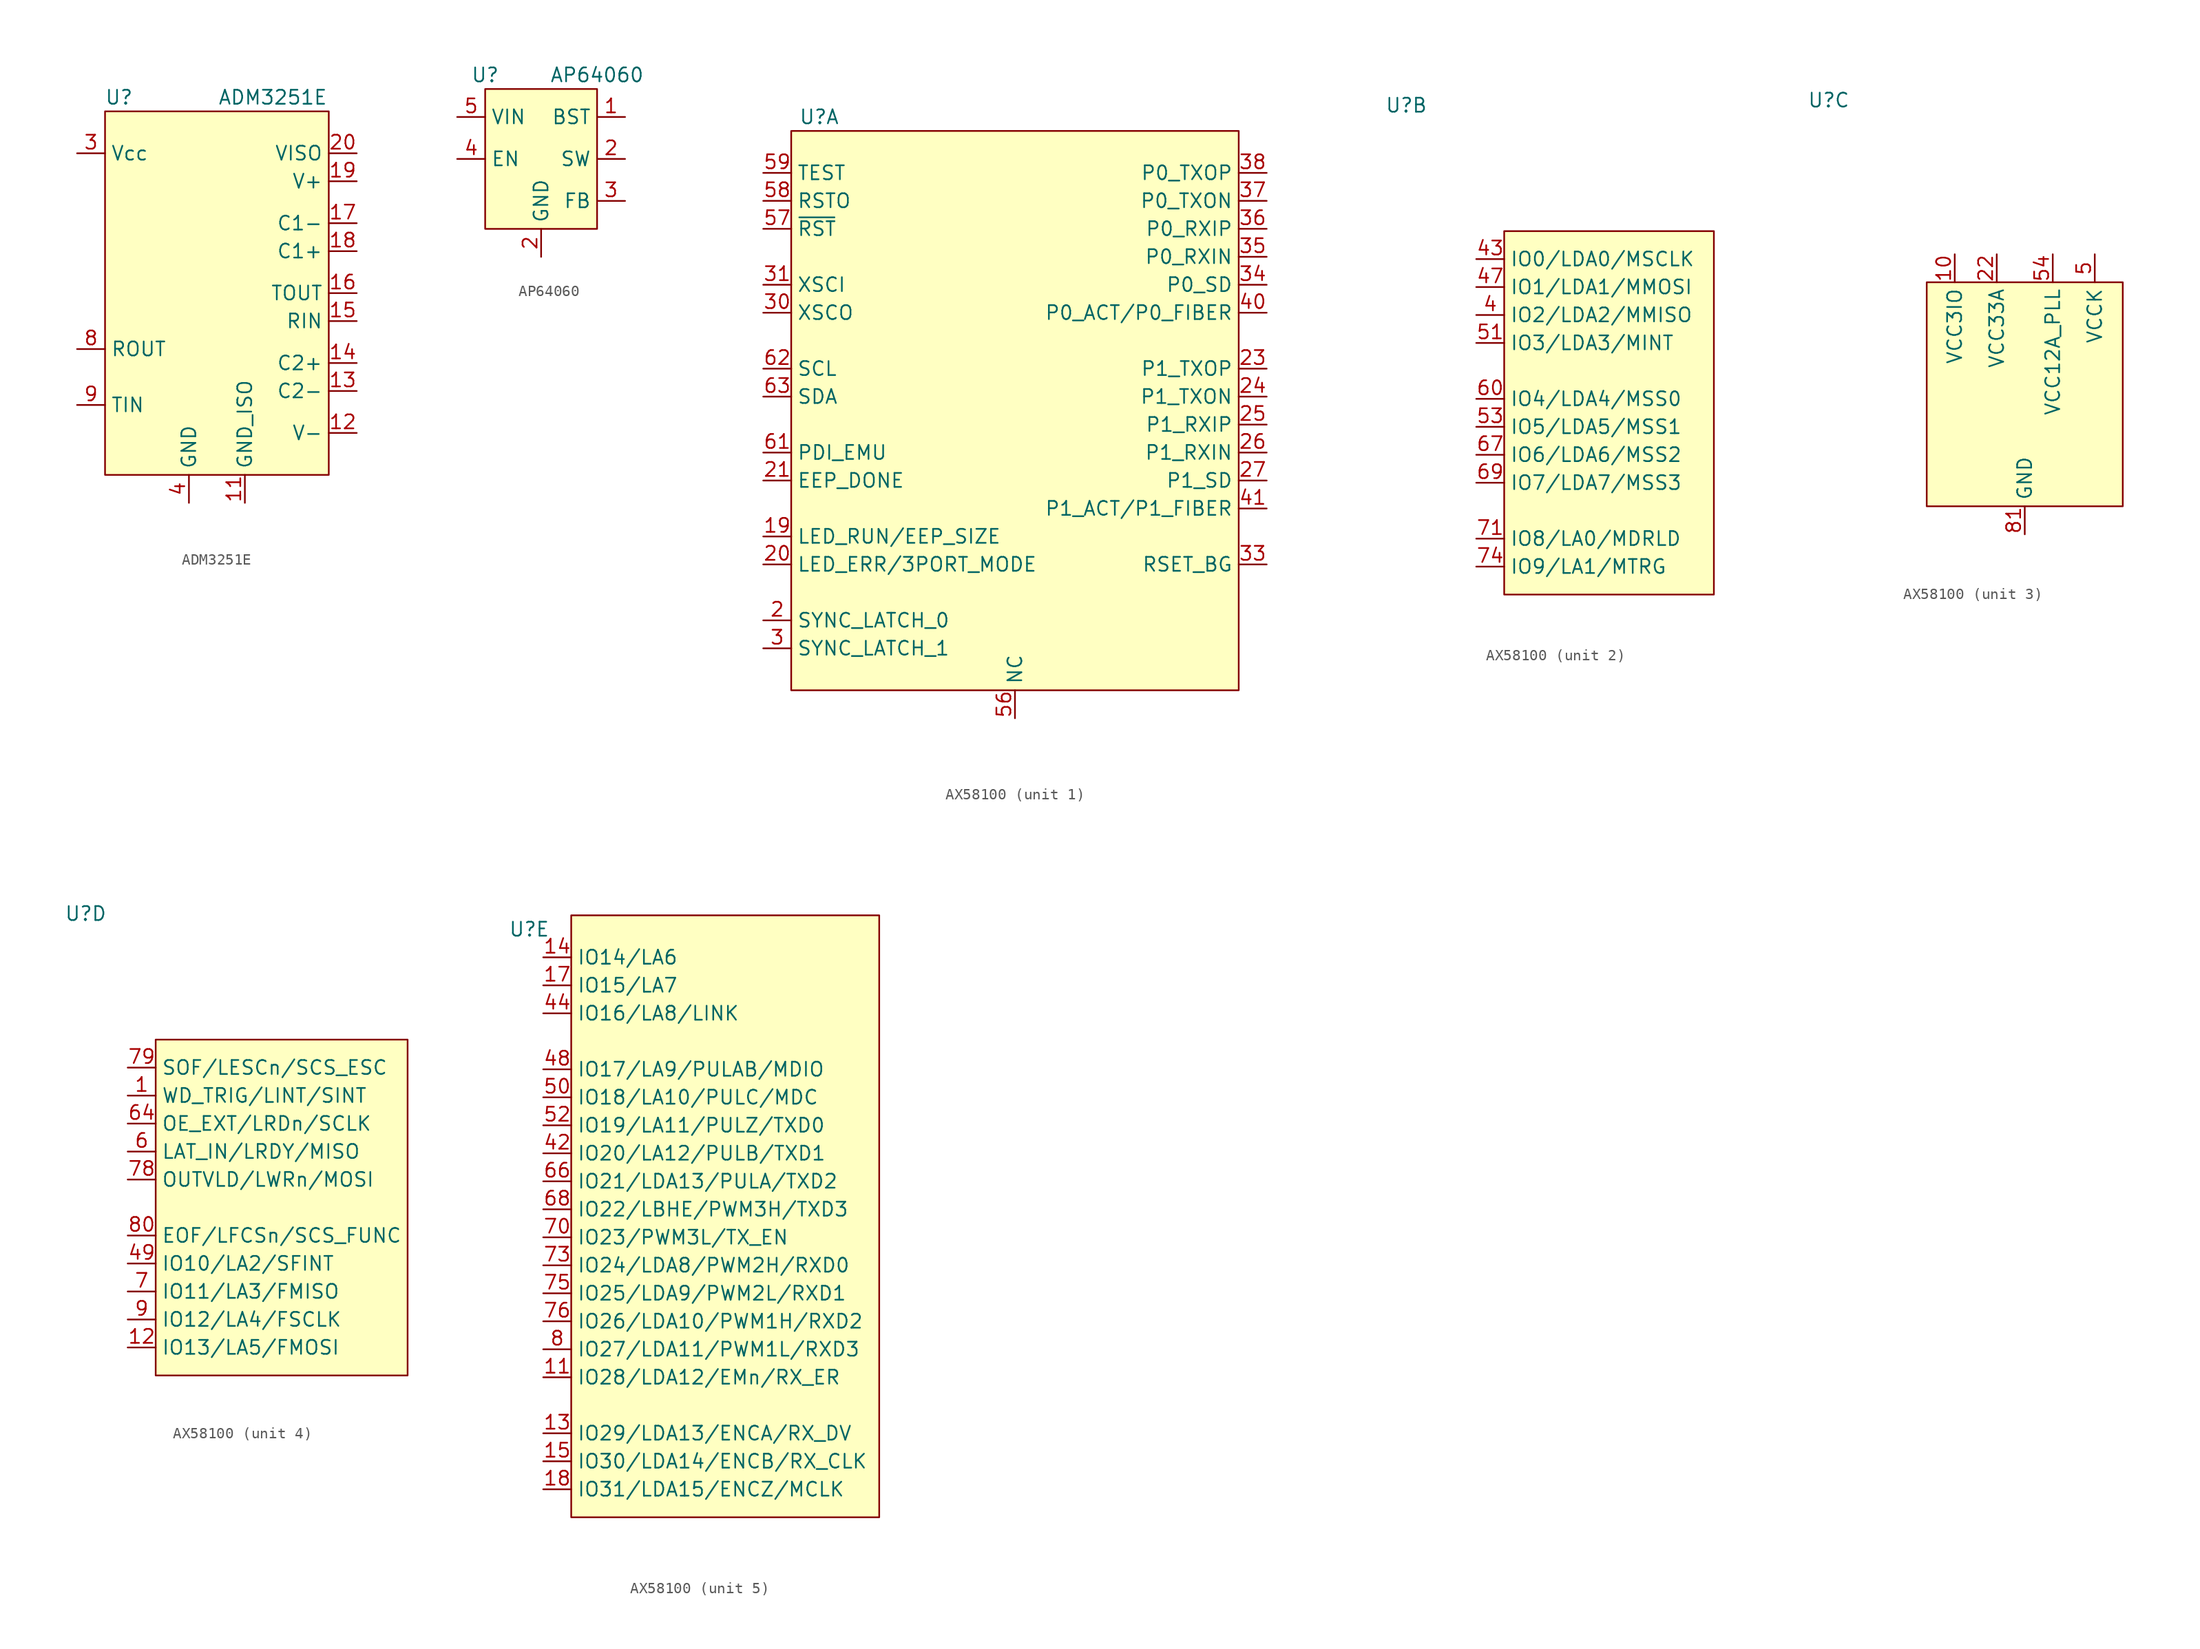
<source format=kicad_sym>
(kicad_symbol_lib
  (version 20220914)
  (generator kicad_symbol_editor)
  (symbol "ADM3251E"
    (property "Reference" "U"
      (at -8.89 19.05 0)
      (effects (font (size 1.27 1.27))))
    (property "Value" "ADM3251E"
      (at 5.08 19.05 0)
      (effects (font (size 1.27 1.27))))
    (symbol "ADM3251E_1_1"
      (rectangle (start -10.16 17.78) (end 10.16 -15.24) (stroke (width 0) (type default)) (fill (type background)))
      (pin no_connect line (at -12.7 -12.7 0) (length 2.54) hide (name "NC" (effects (font (size 1.27 1.27)))) (number "1" (effects (font (size 1.27 1.27)))))
      (pin passive line (at -2.54 -17.78 90) (length 2.54) hide (name "GND" (effects (font (size 1.27 1.27)))) (number "10" (effects (font (size 1.27 1.27)))))
      (pin power_in line (at 2.54 -17.78 90) (length 2.54) (name "GND_ISO" (effects (font (size 1.27 1.27)))) (number "11" (effects (font (size 1.27 1.27)))))
      (pin power_in line (at 12.7 -11.43 180) (length 2.54) (name "V-" (effects (font (size 1.27 1.27)))) (number "12" (effects (font (size 1.27 1.27)))))
      (pin passive line (at 12.7 -7.62 180) (length 2.54) (name "C2-" (effects (font (size 1.27 1.27)))) (number "13" (effects (font (size 1.27 1.27)))))
      (pin passive line (at 12.7 -5.08 180) (length 2.54) (name "C2+" (effects (font (size 1.27 1.27)))) (number "14" (effects (font (size 1.27 1.27)))))
      (pin input line (at 12.7 -1.27 180) (length 2.54) (name "RIN" (effects (font (size 1.27 1.27)))) (number "15" (effects (font (size 1.27 1.27)))))
      (pin output line (at 12.7 1.27 180) (length 2.54) (name "TOUT" (effects (font (size 1.27 1.27)))) (number "16" (effects (font (size 1.27 1.27)))))
      (pin passive line (at 12.7 7.62 180) (length 2.54) (name "C1-" (effects (font (size 1.27 1.27)))) (number "17" (effects (font (size 1.27 1.27)))))
      (pin passive line (at 12.7 5.08 180) (length 2.54) (name "C1+" (effects (font (size 1.27 1.27)))) (number "18" (effects (font (size 1.27 1.27)))))
      (pin power_in line (at 12.7 11.43 180) (length 2.54) (name "V+" (effects (font (size 1.27 1.27)))) (number "19" (effects (font (size 1.27 1.27)))))
      (pin passive line (at -12.7 13.97 0) (length 2.54) hide (name "Vcc" (effects (font (size 1.27 1.27)))) (number "2" (effects (font (size 1.27 1.27)))))
      (pin power_in line (at 12.7 13.97 180) (length 2.54) (name "VISO" (effects (font (size 1.27 1.27)))) (number "20" (effects (font (size 1.27 1.27)))))
      (pin power_in line (at -12.7 13.97 0) (length 2.54) (name "Vcc" (effects (font (size 1.27 1.27)))) (number "3" (effects (font (size 1.27 1.27)))))
      (pin power_in line (at -2.54 -17.78 90) (length 2.54) (name "GND" (effects (font (size 1.27 1.27)))) (number "4" (effects (font (size 1.27 1.27)))))
      (pin passive line (at -2.54 -17.78 90) (length 2.54) hide (name "GND" (effects (font (size 1.27 1.27)))) (number "5" (effects (font (size 1.27 1.27)))))
      (pin passive line (at -2.54 -17.78 90) (length 2.54) hide (name "GND" (effects (font (size 1.27 1.27)))) (number "6" (effects (font (size 1.27 1.27)))))
      (pin passive line (at -2.54 -17.78 90) (length 2.54) hide (name "GND" (effects (font (size 1.27 1.27)))) (number "7" (effects (font (size 1.27 1.27)))))
      (pin output line (at -12.7 -3.81 0) (length 2.54) (name "ROUT" (effects (font (size 1.27 1.27)))) (number "8" (effects (font (size 1.27 1.27)))))
      (pin input line (at -12.7 -8.89 0) (length 2.54) (name "TIN" (effects (font (size 1.27 1.27)))) (number "9" (effects (font (size 1.27 1.27)))))))
  (symbol "AP64060"
    (property "Reference" "U"
      (at -5.08 7.62 0)
      (effects (font (size 1.27 1.27))))
    (property "Value" "AP64060"
      (at 5.08 7.62 0)
      (effects (font (size 1.27 1.27))))
    (symbol "AP64060_1_1"
      (rectangle (start -5.08 6.35) (end 5.08 -6.35) (stroke (width 0) (type default)) (fill (type background)))
      (pin passive line (at 7.62 3.81 180) (length 2.54) (name "BST" (effects (font (size 1.27 1.27)))) (number "1" (effects (font (size 1.27 1.27)))))
      (pin power_in line (at 0 -8.89 90) (length 2.54) (name "GND" (effects (font (size 1.27 1.27)))) (number "2" (effects (font (size 1.27 1.27)))))
      (pin passive line (at 7.62 0 180) (length 2.54) (name "SW" (effects (font (size 1.27 1.27)))) (number "2" (effects (font (size 1.27 1.27)))))
      (pin input line (at 7.62 -3.81 180) (length 2.54) (name "FB" (effects (font (size 1.27 1.27)))) (number "3" (effects (font (size 1.27 1.27)))))
      (pin input line (at -7.62 0 0) (length 2.54) (name "EN" (effects (font (size 1.27 1.27)))) (number "4" (effects (font (size 1.27 1.27)))))
      (pin power_in line (at -7.62 3.81 0) (length 2.54) (name "VIN" (effects (font (size 1.27 1.27)))) (number "5" (effects (font (size 1.27 1.27)))))))
  (symbol "AX58100"
    (property "Reference" "U"
      (at -17.78 26.67 0)
      (effects (font (size 1.27 1.27))))
    (property "Value" ""
      (at 8.89 10.16 0)
      (effects (font (size 1.27 1.27))))
    (property "ki_locked" ""
      (at 0 0 0)
      (effects (font (size 1.27 1.27))))
    (symbol "AX58100_1_1"
      (rectangle (start -20.32 25.4) (end 20.32 -25.4) (stroke (width 0) (type default)) (fill (type background)))
      (pin bidirectional line (at -22.86 -11.43 0) (length 2.54) (name "LED_RUN/EEP_SIZE" (effects (font (size 1.27 1.27)))) (number "19" (effects (font (size 1.27 1.27)))))
      (pin bidirectional line (at -22.86 -19.05 0) (length 2.54) (name "SYNC_LATCH_0" (effects (font (size 1.27 1.27)))) (number "2" (effects (font (size 1.27 1.27)))))
      (pin bidirectional line (at -22.86 -13.97 0) (length 2.54) (name "LED_ERR/3PORT_MODE" (effects (font (size 1.27 1.27)))) (number "20" (effects (font (size 1.27 1.27)))))
      (pin output line (at -22.86 -6.35 0) (length 2.54) (name "EEP_DONE" (effects (font (size 1.27 1.27)))) (number "21" (effects (font (size 1.27 1.27)))))
      (pin bidirectional line (at 22.86 3.81 180) (length 2.54) (name "P1_TXOP" (effects (font (size 1.27 1.27)))) (number "23" (effects (font (size 1.27 1.27)))))
      (pin bidirectional line (at 22.86 1.27 180) (length 2.54) (name "P1_TXON" (effects (font (size 1.27 1.27)))) (number "24" (effects (font (size 1.27 1.27)))))
      (pin bidirectional line (at 22.86 -1.27 180) (length 2.54) (name "P1_RXIP" (effects (font (size 1.27 1.27)))) (number "25" (effects (font (size 1.27 1.27)))))
      (pin bidirectional line (at 22.86 -3.81 180) (length 2.54) (name "P1_RXIN" (effects (font (size 1.27 1.27)))) (number "26" (effects (font (size 1.27 1.27)))))
      (pin bidirectional line (at 22.86 -6.35 180) (length 2.54) (name "P1_SD" (effects (font (size 1.27 1.27)))) (number "27" (effects (font (size 1.27 1.27)))))
      (pin bidirectional line (at -22.86 -21.59 0) (length 2.54) (name "SYNC_LATCH_1" (effects (font (size 1.27 1.27)))) (number "3" (effects (font (size 1.27 1.27)))))
      (pin bidirectional line (at -22.86 8.89 0) (length 2.54) (name "XSCO" (effects (font (size 1.27 1.27)))) (number "30" (effects (font (size 1.27 1.27)))))
      (pin input line (at -22.86 11.43 0) (length 2.54) (name "XSCI" (effects (font (size 1.27 1.27)))) (number "31" (effects (font (size 1.27 1.27)))))
      (pin output line (at 22.86 -13.97 180) (length 2.54) (name "RSET_BG" (effects (font (size 1.27 1.27)))) (number "33" (effects (font (size 1.27 1.27)))))
      (pin bidirectional line (at 22.86 11.43 180) (length 2.54) (name "P0_SD" (effects (font (size 1.27 1.27)))) (number "34" (effects (font (size 1.27 1.27)))))
      (pin bidirectional line (at 22.86 13.97 180) (length 2.54) (name "P0_RXIN" (effects (font (size 1.27 1.27)))) (number "35" (effects (font (size 1.27 1.27)))))
      (pin bidirectional line (at 22.86 16.51 180) (length 2.54) (name "P0_RXIP" (effects (font (size 1.27 1.27)))) (number "36" (effects (font (size 1.27 1.27)))))
      (pin bidirectional line (at 22.86 19.05 180) (length 2.54) (name "P0_TXON" (effects (font (size 1.27 1.27)))) (number "37" (effects (font (size 1.27 1.27)))))
      (pin bidirectional line (at 22.86 21.59 180) (length 2.54) (name "P0_TXOP" (effects (font (size 1.27 1.27)))) (number "38" (effects (font (size 1.27 1.27)))))
      (pin bidirectional line (at 22.86 8.89 180) (length 2.54) (name "P0_ACT/P0_FIBER" (effects (font (size 1.27 1.27)))) (number "40" (effects (font (size 1.27 1.27)))))
      (pin bidirectional line (at 22.86 -8.89 180) (length 2.54) (name "P1_ACT/P1_FIBER" (effects (font (size 1.27 1.27)))) (number "41" (effects (font (size 1.27 1.27)))))
      (pin passive line (at 0 -27.94 90) (length 2.54) (name "NC" (effects (font (size 1.27 1.27)))) (number "56" (effects (font (size 1.27 1.27)))))
      (pin input line (at -22.86 16.51 0) (length 2.54) (name "~{RST}" (effects (font (size 1.27 1.27)))) (number "57" (effects (font (size 1.27 1.27)))))
      (pin output line (at -22.86 19.05 0) (length 2.54) (name "RSTO" (effects (font (size 1.27 1.27)))) (number "58" (effects (font (size 1.27 1.27)))))
      (pin input line (at -22.86 21.59 0) (length 2.54) (name "TEST" (effects (font (size 1.27 1.27)))) (number "59" (effects (font (size 1.27 1.27)))))
      (pin input line (at -22.86 -3.81 0) (length 2.54) (name "PDI_EMU" (effects (font (size 1.27 1.27)))) (number "61" (effects (font (size 1.27 1.27)))))
      (pin tri_state line (at -22.86 3.81 0) (length 2.54) (name "SCL" (effects (font (size 1.27 1.27)))) (number "62" (effects (font (size 1.27 1.27)))))
      (pin tri_state line (at -22.86 1.27 0) (length 2.54) (name "SDA" (effects (font (size 1.27 1.27)))) (number "63" (effects (font (size 1.27 1.27))))))
    (symbol "AX58100_2_1"
      (rectangle (start -8.89 15.24) (end 10.16 -17.78) (stroke (width 0) (type default)) (fill (type background)))
      (pin bidirectional line (at -11.43 7.62 0) (length 2.54) (name "IO2/LDA2/MMISO" (effects (font (size 1.27 1.27)))) (number "4" (effects (font (size 1.27 1.27)))))
      (pin bidirectional line (at -11.43 12.7 0) (length 2.54) (name "IO0/LDA0/MSCLK" (effects (font (size 1.27 1.27)))) (number "43" (effects (font (size 1.27 1.27)))))
      (pin bidirectional line (at -11.43 10.16 0) (length 2.54) (name "IO1/LDA1/MMOSI" (effects (font (size 1.27 1.27)))) (number "47" (effects (font (size 1.27 1.27)))))
      (pin bidirectional line (at -11.43 5.08 0) (length 2.54) (name "IO3/LDA3/MINT" (effects (font (size 1.27 1.27)))) (number "51" (effects (font (size 1.27 1.27)))))
      (pin bidirectional line (at -11.43 -2.54 0) (length 2.54) (name "IO5/LDA5/MSS1" (effects (font (size 1.27 1.27)))) (number "53" (effects (font (size 1.27 1.27)))))
      (pin bidirectional line (at -11.43 0 0) (length 2.54) (name "IO4/LDA4/MSS0" (effects (font (size 1.27 1.27)))) (number "60" (effects (font (size 1.27 1.27)))))
      (pin bidirectional line (at -11.43 -5.08 0) (length 2.54) (name "IO6/LDA6/MSS2" (effects (font (size 1.27 1.27)))) (number "67" (effects (font (size 1.27 1.27)))))
      (pin bidirectional line (at -11.43 -7.62 0) (length 2.54) (name "IO7/LDA7/MSS3" (effects (font (size 1.27 1.27)))) (number "69" (effects (font (size 1.27 1.27)))))
      (pin bidirectional line (at -11.43 -12.7 0) (length 2.54) (name "IO8/LA0/MDRLD" (effects (font (size 1.27 1.27)))) (number "71" (effects (font (size 1.27 1.27)))))
      (pin bidirectional line (at -11.43 -15.24 0) (length 2.54) (name "IO9/LA1/MTRG" (effects (font (size 1.27 1.27)))) (number "74" (effects (font (size 1.27 1.27))))))
    (symbol "AX58100_3_1"
      (rectangle (start -8.89 10.16) (end 8.89 -10.16) (stroke (width 0) (type default)) (fill (type background)))
      (pin power_in line (at -6.35 12.7 270) (length 2.54) (name "VCC3IO" (effects (font (size 1.27 1.27)))) (number "10" (effects (font (size 1.27 1.27)))))
      (pin passive line (at 6.35 12.7 270) (length 2.54) hide (name "VCCK" (effects (font (size 1.27 1.27)))) (number "16" (effects (font (size 1.27 1.27)))))
      (pin power_in line (at -2.54 12.7 270) (length 2.54) (name "VCC33A" (effects (font (size 1.27 1.27)))) (number "22" (effects (font (size 1.27 1.27)))))
      (pin passive line (at -2.54 12.7 270) (length 2.54) hide (name "VCC33A" (effects (font (size 1.27 1.27)))) (number "28" (effects (font (size 1.27 1.27)))))
      (pin passive line (at 6.35 12.7 270) (length 2.54) hide (name "VCCK" (effects (font (size 1.27 1.27)))) (number "29" (effects (font (size 1.27 1.27)))))
      (pin passive line (at -2.54 12.7 270) (length 2.54) hide (name "VCC33A" (effects (font (size 1.27 1.27)))) (number "32" (effects (font (size 1.27 1.27)))))
      (pin passive line (at -2.54 12.7 270) (length 2.54) hide (name "VCC33A" (effects (font (size 1.27 1.27)))) (number "39" (effects (font (size 1.27 1.27)))))
      (pin passive line (at -6.35 12.7 270) (length 2.54) hide (name "VCC3IO" (effects (font (size 1.27 1.27)))) (number "45" (effects (font (size 1.27 1.27)))))
      (pin passive line (at 6.35 12.7 270) (length 2.54) hide (name "VCCK" (effects (font (size 1.27 1.27)))) (number "46" (effects (font (size 1.27 1.27)))))
      (pin power_in line (at 6.35 12.7 270) (length 2.54) (name "VCCK" (effects (font (size 1.27 1.27)))) (number "5" (effects (font (size 1.27 1.27)))))
      (pin power_in line (at 2.54 12.7 270) (length 2.54) (name "VCC12A_PLL" (effects (font (size 1.27 1.27)))) (number "54" (effects (font (size 1.27 1.27)))))
      (pin passive line (at 6.35 12.7 270) (length 2.54) hide (name "VCCK" (effects (font (size 1.27 1.27)))) (number "55" (effects (font (size 1.27 1.27)))))
      (pin passive line (at -6.35 12.7 270) (length 2.54) hide (name "VCC3IO" (effects (font (size 1.27 1.27)))) (number "65" (effects (font (size 1.27 1.27)))))
      (pin passive line (at 6.35 12.7 270) (length 2.54) hide (name "VCCK" (effects (font (size 1.27 1.27)))) (number "72" (effects (font (size 1.27 1.27)))))
      (pin passive line (at -6.35 12.7 270) (length 2.54) hide (name "VCC3IO" (effects (font (size 1.27 1.27)))) (number "77" (effects (font (size 1.27 1.27)))))
      (pin power_in line (at 0 -12.7 90) (length 2.54) (name "GND" (effects (font (size 1.27 1.27)))) (number "81" (effects (font (size 1.27 1.27))))))
    (symbol "AX58100_4_1"
      (rectangle (start -11.43 15.24) (end 11.43 -15.24) (stroke (width 0) (type default)) (fill (type background)))
      (pin output line (at -13.97 10.16 0) (length 2.54) (name "WD_TRIG/LINT/SINT" (effects (font (size 1.27 1.27)))) (number "1" (effects (font (size 1.27 1.27)))))
      (pin bidirectional line (at -13.97 -12.7 0) (length 2.54) (name "IO13/LA5/FMOSI" (effects (font (size 1.27 1.27)))) (number "12" (effects (font (size 1.27 1.27)))))
      (pin bidirectional line (at -13.97 -5.08 0) (length 2.54) (name "IO10/LA2/SFINT" (effects (font (size 1.27 1.27)))) (number "49" (effects (font (size 1.27 1.27)))))
      (pin input line (at -13.97 5.08 0) (length 2.54) (name "LAT_IN/LRDY/MISO" (effects (font (size 1.27 1.27)))) (number "6" (effects (font (size 1.27 1.27)))))
      (pin input line (at -13.97 7.62 0) (length 2.54) (name "OE_EXT/LRDn/SCLK" (effects (font (size 1.27 1.27)))) (number "64" (effects (font (size 1.27 1.27)))))
      (pin bidirectional line (at -13.97 -7.62 0) (length 2.54) (name "IO11/LA3/FMISO" (effects (font (size 1.27 1.27)))) (number "7" (effects (font (size 1.27 1.27)))))
      (pin output line (at -13.97 2.54 0) (length 2.54) (name "OUTVLD/LWRn/MOSI" (effects (font (size 1.27 1.27)))) (number "78" (effects (font (size 1.27 1.27)))))
      (pin output line (at -13.97 12.7 0) (length 2.54) (name "SOF/LESCn/SCS_ESC" (effects (font (size 1.27 1.27)))) (number "79" (effects (font (size 1.27 1.27)))))
      (pin output line (at -13.97 -2.54 0) (length 2.54) (name "EOF/LFCSn/SCS_FUNC" (effects (font (size 1.27 1.27)))) (number "80" (effects (font (size 1.27 1.27)))))
      (pin bidirectional line (at -13.97 -10.16 0) (length 2.54) (name "IO12/LA4/FSCLK" (effects (font (size 1.27 1.27)))) (number "9" (effects (font (size 1.27 1.27))))))
    (symbol "AX58100_5_1"
      (rectangle (start -13.97 27.94) (end 13.97 -26.67) (stroke (width 0) (type default)) (fill (type background)))
      (pin bidirectional line (at -16.51 -13.97 0) (length 2.54) (name "IO28/LDA12/EMn/RX_ER" (effects (font (size 1.27 1.27)))) (number "11" (effects (font (size 1.27 1.27)))))
      (pin bidirectional line (at -16.51 -19.05 0) (length 2.54) (name "IO29/LDA13/ENCA/RX_DV" (effects (font (size 1.27 1.27)))) (number "13" (effects (font (size 1.27 1.27)))))
      (pin bidirectional line (at -16.51 24.13 0) (length 2.54) (name "IO14/LA6" (effects (font (size 1.27 1.27)))) (number "14" (effects (font (size 1.27 1.27)))))
      (pin bidirectional line (at -16.51 -21.59 0) (length 2.54) (name "IO30/LDA14/ENCB/RX_CLK" (effects (font (size 1.27 1.27)))) (number "15" (effects (font (size 1.27 1.27)))))
      (pin bidirectional line (at -16.51 21.59 0) (length 2.54) (name "IO15/LA7" (effects (font (size 1.27 1.27)))) (number "17" (effects (font (size 1.27 1.27)))))
      (pin bidirectional line (at -16.51 -24.13 0) (length 2.54) (name "IO31/LDA15/ENCZ/MCLK" (effects (font (size 1.27 1.27)))) (number "18" (effects (font (size 1.27 1.27)))))
      (pin bidirectional line (at -16.51 6.35 0) (length 2.54) (name "IO20/LA12/PULB/TXD1" (effects (font (size 1.27 1.27)))) (number "42" (effects (font (size 1.27 1.27)))))
      (pin bidirectional line (at -16.51 19.05 0) (length 2.54) (name "IO16/LA8/LINK" (effects (font (size 1.27 1.27)))) (number "44" (effects (font (size 1.27 1.27)))))
      (pin bidirectional line (at -16.51 13.97 0) (length 2.54) (name "IO17/LA9/PULAB/MDIO" (effects (font (size 1.27 1.27)))) (number "48" (effects (font (size 1.27 1.27)))))
      (pin bidirectional line (at -16.51 11.43 0) (length 2.54) (name "IO18/LA10/PULC/MDC" (effects (font (size 1.27 1.27)))) (number "50" (effects (font (size 1.27 1.27)))))
      (pin bidirectional line (at -16.51 8.89 0) (length 2.54) (name "IO19/LA11/PULZ/TXD0" (effects (font (size 1.27 1.27)))) (number "52" (effects (font (size 1.27 1.27)))))
      (pin bidirectional line (at -16.51 3.81 0) (length 2.54) (name "IO21/LDA13/PULA/TXD2" (effects (font (size 1.27 1.27)))) (number "66" (effects (font (size 1.27 1.27)))))
      (pin bidirectional line (at -16.51 1.27 0) (length 2.54) (name "IO22/LBHE/PWM3H/TXD3" (effects (font (size 1.27 1.27)))) (number "68" (effects (font (size 1.27 1.27)))))
      (pin bidirectional line (at -16.51 -1.27 0) (length 2.54) (name "IO23/PWM3L/TX_EN" (effects (font (size 1.27 1.27)))) (number "70" (effects (font (size 1.27 1.27)))))
      (pin bidirectional line (at -16.51 -3.81 0) (length 2.54) (name "IO24/LDA8/PWM2H/RXD0" (effects (font (size 1.27 1.27)))) (number "73" (effects (font (size 1.27 1.27)))))
      (pin bidirectional line (at -16.51 -6.35 0) (length 2.54) (name "IO25/LDA9/PWM2L/RXD1" (effects (font (size 1.27 1.27)))) (number "75" (effects (font (size 1.27 1.27)))))
      (pin bidirectional line (at -16.51 -8.89 0) (length 2.54) (name "IO26/LDA10/PWM1H/RXD2" (effects (font (size 1.27 1.27)))) (number "76" (effects (font (size 1.27 1.27)))))
      (pin bidirectional line (at -16.51 -11.43 0) (length 2.54) (name "IO27/LDA11/PWM1L/RXD3" (effects (font (size 1.27 1.27)))) (number "8" (effects (font (size 1.27 1.27))))))))
</source>
